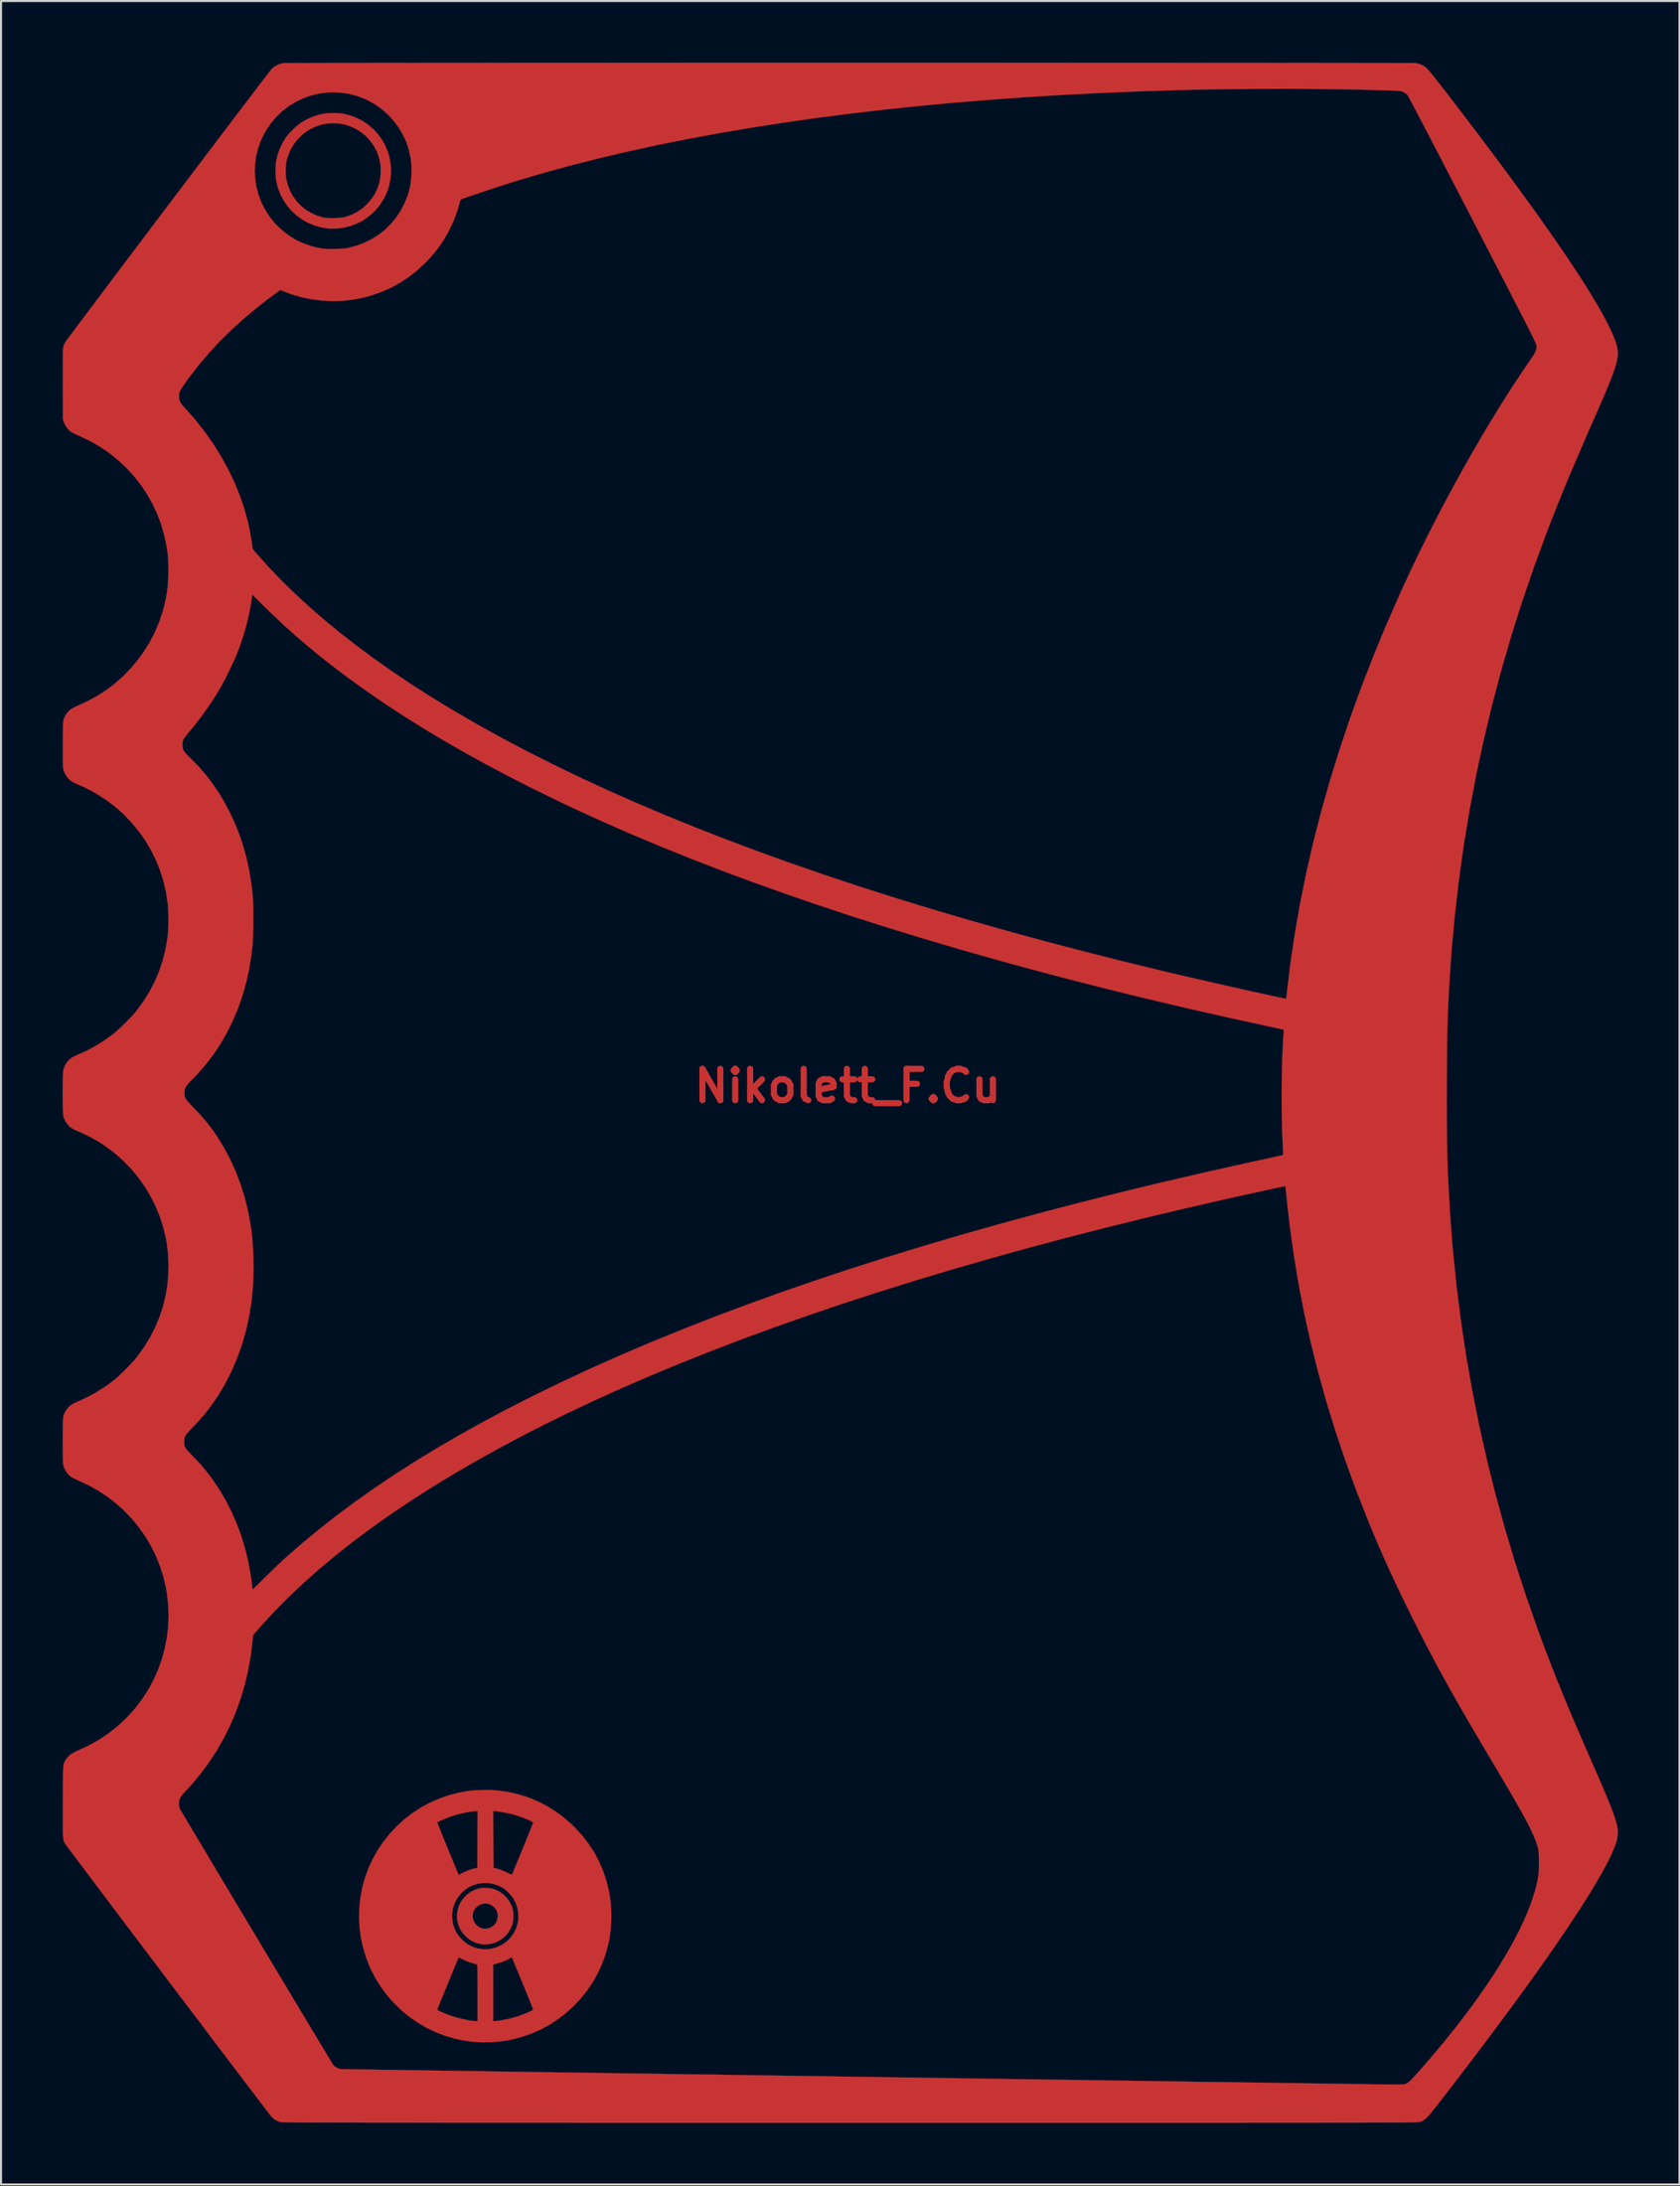
<source format=kicad_pcb>
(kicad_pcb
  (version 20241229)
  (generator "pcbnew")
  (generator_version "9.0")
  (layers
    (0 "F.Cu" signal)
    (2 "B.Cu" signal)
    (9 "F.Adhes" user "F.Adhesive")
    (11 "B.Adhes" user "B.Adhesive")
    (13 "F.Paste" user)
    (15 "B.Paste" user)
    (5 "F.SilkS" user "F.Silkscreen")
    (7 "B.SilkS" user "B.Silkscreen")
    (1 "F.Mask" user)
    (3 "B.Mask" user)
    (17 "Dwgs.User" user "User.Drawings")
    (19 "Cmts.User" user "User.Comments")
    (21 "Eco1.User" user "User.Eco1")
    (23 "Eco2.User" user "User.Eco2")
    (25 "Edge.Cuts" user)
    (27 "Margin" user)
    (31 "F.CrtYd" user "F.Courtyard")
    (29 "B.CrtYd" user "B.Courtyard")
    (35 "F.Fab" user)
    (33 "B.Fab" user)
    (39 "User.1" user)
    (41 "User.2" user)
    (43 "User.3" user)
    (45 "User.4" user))
  (footprint "Nikolett_F.Cu"
    (layer "F.Cu")
    (at 38.256 49.853)
    (property "Reference" "Nikolett_F.Cu" (at 0 0 0) (layer "F.Cu") (effects (font (size 1.524 1.524) (thickness 0.3))))
    (attr through_hole)
    (fp_poly (pts (xy -17.546 39.067) (xy -17.379 39.088) (xy -17.239 39.123) (xy -17.02 39.216) (xy -16.822 39.345) (xy -16.649 39.504) (xy -16.504 39.689) (xy -16.392 39.897) (xy -16.348 40.011) (xy -16.321 40.099) (xy -16.304 40.178) (xy -16.295 40.261) (xy -16.291 40.364) (xy -16.29 40.428) (xy -16.295 40.59) (xy -16.311 40.726) (xy -16.344 40.852) (xy -16.397 40.982) (xy -16.435 41.062) (xy -16.558 41.26) (xy -16.712 41.432) (xy -16.891 41.575) (xy -17.09 41.687) (xy -17.306 41.765) (xy -17.533 41.807) (xy -17.767 41.81) (xy -17.843 41.802) (xy -18.071 41.752) (xy -18.287 41.661) (xy -18.488 41.532) (xy -18.596 41.44) (xy -18.76 41.259) (xy -18.887 41.059) (xy -18.976 40.841) (xy -19.026 40.607) (xy -19.026 40.607) (xy -19.035 40.387) (xy -18.276 40.387) (xy -18.266 40.537) (xy -18.257 40.58) (xy -18.199 40.73) (xy -18.11 40.855) (xy -17.998 40.951) (xy -17.867 41.017) (xy -17.722 41.049) (xy -17.571 41.044) (xy -17.417 41.001) (xy -17.385 40.987) (xy -17.253 40.902) (xy -17.153 40.791) (xy -17.086 40.654) (xy -17.054 40.496) (xy -17.051 40.428) (xy -17.068 40.27) (xy -17.121 40.133) (xy -17.21 40.014) (xy -17.233 39.991) (xy -17.358 39.899) (xy -17.491 39.843) (xy -17.628 39.821) (xy -17.764 39.83) (xy -17.893 39.868) (xy -18.011 39.932) (xy -18.114 40.018) (xy -18.195 40.125) (xy -18.251 40.249) (xy -18.276 40.387) (xy -19.035 40.387) (xy -19.036 40.371) (xy -19.005 40.142) (xy -18.938 39.924) (xy -18.835 39.722) (xy -18.701 39.539) (xy -18.537 39.378) (xy -18.347 39.244) (xy -18.132 39.14) (xy -18.023 39.103) (xy -17.883 39.074) (xy -17.719 39.062) (xy -17.546 39.067)) (stroke (width 0.01) (type solid)) (fill yes) (layer "F.Cu"))
    (fp_poly (pts (xy -24.81 -47.387) (xy -24.639 -47.369) (xy -24.585 -47.361) (xy -24.253 -47.281) (xy -23.938 -47.163) (xy -23.642 -47.011) (xy -23.367 -46.827) (xy -23.117 -46.613) (xy -22.893 -46.371) (xy -22.699 -46.105) (xy -22.536 -45.817) (xy -22.408 -45.509) (xy -22.317 -45.183) (xy -22.31 -45.152) (xy -22.262 -44.813) (xy -22.255 -44.476) (xy -22.287 -44.145) (xy -22.357 -43.822) (xy -22.465 -43.512) (xy -22.607 -43.216) (xy -22.784 -42.938) (xy -22.993 -42.681) (xy -23.233 -42.448) (xy -23.503 -42.243) (xy -23.675 -42.136) (xy -23.949 -42) (xy -24.243 -41.893) (xy -24.549 -41.817) (xy -24.859 -41.774) (xy -25.163 -41.765) (xy -25.337 -41.777) (xy -25.677 -41.833) (xy -26.003 -41.928) (xy -26.311 -42.058) (xy -26.599 -42.222) (xy -26.864 -42.417) (xy -27.104 -42.64) (xy -27.317 -42.891) (xy -27.501 -43.165) (xy -27.652 -43.462) (xy -27.768 -43.778) (xy -27.845 -44.101) (xy -27.866 -44.261) (xy -27.877 -44.447) (xy -27.879 -44.628) (xy -27.386 -44.628) (xy -27.384 -44.444) (xy -27.371 -44.275) (xy -27.361 -44.205) (xy -27.287 -43.899) (xy -27.176 -43.611) (xy -27.03 -43.344) (xy -26.853 -43.1) (xy -26.646 -42.881) (xy -26.412 -42.691) (xy -26.153 -42.531) (xy -25.872 -42.405) (xy -25.572 -42.314) (xy -25.514 -42.302) (xy -25.404 -42.286) (xy -25.265 -42.278) (xy -25.108 -42.275) (xy -24.943 -42.279) (xy -24.782 -42.289) (xy -24.637 -42.303) (xy -24.519 -42.323) (xy -24.486 -42.331) (xy -24.188 -42.435) (xy -23.91 -42.573) (xy -23.654 -42.746) (xy -23.425 -42.948) (xy -23.223 -43.179) (xy -23.052 -43.434) (xy -22.915 -43.712) (xy -22.816 -44.001) (xy -22.792 -44.117) (xy -22.774 -44.262) (xy -22.762 -44.424) (xy -22.756 -44.592) (xy -22.758 -44.752) (xy -22.767 -44.893) (xy -22.775 -44.954) (xy -22.844 -45.254) (xy -22.95 -45.537) (xy -23.091 -45.802) (xy -23.264 -46.044) (xy -23.466 -46.263) (xy -23.695 -46.454) (xy -23.948 -46.616) (xy -24.223 -46.745) (xy -24.516 -46.84) (xy -24.689 -46.877) (xy -24.845 -46.895) (xy -25.024 -46.902) (xy -25.211 -46.898) (xy -25.392 -46.884) (xy -25.553 -46.859) (xy -25.619 -46.844) (xy -25.921 -46.743) (xy -26.203 -46.606) (xy -26.461 -46.437) (xy -26.694 -46.236) (xy -26.898 -46.007) (xy -27.072 -45.751) (xy -27.213 -45.472) (xy -27.318 -45.172) (xy -27.328 -45.134) (xy -27.358 -44.988) (xy -27.377 -44.815) (xy -27.386 -44.628) (xy -27.879 -44.628) (xy -27.879 -44.644) (xy -27.871 -44.837) (xy -27.854 -45.01) (xy -27.845 -45.064) (xy -27.772 -45.374) (xy -27.661 -45.68) (xy -27.518 -45.973) (xy -27.354 -46.232) (xy -27.257 -46.354) (xy -27.134 -46.489) (xy -26.997 -46.625) (xy -26.856 -46.754) (xy -26.721 -46.864) (xy -26.639 -46.923) (xy -26.359 -47.087) (xy -26.057 -47.22) (xy -25.745 -47.319) (xy -25.548 -47.361) (xy -25.386 -47.382) (xy -25.198 -47.393) (xy -25.001 -47.394) (xy -24.81 -47.387)) (stroke (width 0.01) (type solid)) (fill yes) (layer "F.Cu"))
    (fp_poly (pts (xy -17.291 34.298) (xy -17.113 34.309) (xy -17.11 34.31) (xy -16.6 34.378) (xy -16.103 34.487) (xy -15.621 34.634) (xy -15.155 34.821) (xy -14.707 35.045) (xy -14.277 35.307) (xy -13.868 35.605) (xy -13.48 35.94) (xy -13.28 36.135) (xy -12.931 36.519) (xy -12.621 36.921) (xy -12.348 37.341) (xy -12.114 37.78) (xy -11.917 38.239) (xy -11.757 38.717) (xy -11.635 39.215) (xy -11.611 39.338) (xy -11.55 39.762) (xy -11.519 40.203) (xy -11.519 40.651) (xy -11.549 41.095) (xy -11.608 41.527) (xy -11.673 41.842) (xy -11.814 42.338) (xy -11.993 42.815) (xy -12.208 43.274) (xy -12.46 43.711) (xy -12.746 44.126) (xy -13.067 44.516) (xy -13.42 44.881) (xy -13.805 45.219) (xy -14.076 45.426) (xy -14.494 45.703) (xy -14.932 45.944) (xy -15.388 46.147) (xy -15.859 46.313) (xy -16.341 46.441) (xy -16.833 46.529) (xy -17.331 46.577) (xy -17.833 46.584) (xy -18.193 46.564) (xy -18.689 46.5) (xy -19.175 46.396) (xy -19.648 46.254) (xy -20.107 46.075) (xy -20.548 45.86) (xy -20.971 45.611) (xy -21.373 45.33) (xy -21.751 45.018) (xy -21.772 44.997) (xy -20.003 44.997) (xy -19.984 45.013) (xy -19.932 45.041) (xy -19.855 45.078) (xy -19.758 45.121) (xy -19.649 45.168) (xy -19.534 45.214) (xy -19.42 45.258) (xy -19.317 45.295) (xy -19.135 45.353) (xy -18.939 45.407) (xy -18.74 45.455) (xy -18.547 45.496) (xy -18.369 45.526) (xy -18.216 45.544) (xy -18.135 45.549) (xy -18.034 45.551) (xy -18.034 44.174) (xy -18.034 43.887) (xy -18.035 43.64) (xy -18.036 43.431) (xy -18.037 43.256) (xy -18.039 43.113) (xy -18.041 43) (xy -18.044 42.914) (xy -18.048 42.852) (xy -18.052 42.813) (xy -18.057 42.793) (xy -18.06 42.789) (xy -18.071 42.786) (xy -17.272 42.786) (xy -17.272 45.551) (xy -17.206 45.551) (xy -17.157 45.548) (xy -17.079 45.539) (xy -16.984 45.527) (xy -16.915 45.517) (xy -16.461 45.429) (xy -16.015 45.3) (xy -15.578 45.129) (xy -15.563 45.122) (xy -15.462 45.076) (xy -15.393 45.042) (xy -15.352 45.017) (xy -15.333 44.996) (xy -15.329 44.976) (xy -15.33 44.97) (xy -15.34 44.943) (xy -15.364 44.88) (xy -15.4 44.788) (xy -15.448 44.668) (xy -15.505 44.527) (xy -15.57 44.366) (xy -15.641 44.192) (xy -15.716 44.007) (xy -15.794 43.816) (xy -15.874 43.623) (xy -15.952 43.431) (xy -16.028 43.246) (xy -16.101 43.071) (xy -16.168 42.909) (xy -16.227 42.766) (xy -16.278 42.645) (xy -16.318 42.55) (xy -16.346 42.485) (xy -16.36 42.455) (xy -16.361 42.454) (xy -16.386 42.454) (xy -16.435 42.475) (xy -16.485 42.503) (xy -16.605 42.567) (xy -16.751 42.632) (xy -16.908 42.69) (xy -17.061 42.737) (xy -17.108 42.748) (xy -17.272 42.786) (xy -18.071 42.786) (xy -18.091 42.781) (xy -18.153 42.764) (xy -18.234 42.741) (xy -18.288 42.727) (xy -18.393 42.693) (xy -18.518 42.647) (xy -18.643 42.593) (xy -18.721 42.557) (xy -18.81 42.513) (xy -18.885 42.478) (xy -18.937 42.455) (xy -18.959 42.447) (xy -18.959 42.447) (xy -18.969 42.468) (xy -18.993 42.524) (xy -19.029 42.611) (xy -19.076 42.725) (xy -19.133 42.863) (xy -19.198 43.02) (xy -19.269 43.192) (xy -19.344 43.375) (xy -19.422 43.566) (xy -19.501 43.76) (xy -19.58 43.952) (xy -19.657 44.141) (xy -19.73 44.32) (xy -19.798 44.487) (xy -19.859 44.637) (xy -19.911 44.766) (xy -19.953 44.87) (xy -19.983 44.946) (xy -20 44.989) (xy -20.003 44.997) (xy -21.772 44.997) (xy -22.105 44.676) (xy -22.431 44.306) (xy -22.728 43.91) (xy -22.993 43.488) (xy -23.225 43.044) (xy -23.284 42.915) (xy -23.469 42.445) (xy -23.614 41.967) (xy -23.719 41.481) (xy -23.784 40.992) (xy -23.808 40.527) (xy -19.275 40.527) (xy -19.24 40.779) (xy -19.165 41.027) (xy -19.086 41.201) (xy -18.997 41.342) (xy -18.88 41.488) (xy -18.744 41.627) (xy -18.601 41.748) (xy -18.462 41.841) (xy -18.457 41.844) (xy -18.218 41.954) (xy -17.971 42.024) (xy -17.721 42.054) (xy -17.47 42.044) (xy -17.374 42.028) (xy -17.117 41.958) (xy -16.878 41.851) (xy -16.781 41.793) (xy -16.576 41.636) (xy -16.403 41.455) (xy -16.263 41.252) (xy -16.156 41.034) (xy -16.084 40.802) (xy -16.048 40.561) (xy -16.049 40.316) (xy -16.087 40.07) (xy -16.163 39.826) (xy -16.278 39.59) (xy -16.28 39.587) (xy -16.344 39.496) (xy -16.432 39.391) (xy -16.536 39.284) (xy -16.643 39.183) (xy -16.745 39.1) (xy -16.811 39.056) (xy -17.048 38.939) (xy -17.291 38.862) (xy -17.538 38.824) (xy -17.783 38.823) (xy -18.024 38.859) (xy -18.256 38.93) (xy -18.475 39.037) (xy -18.677 39.177) (xy -18.859 39.35) (xy -19.017 39.556) (xy -19.018 39.559) (xy -19.142 39.787) (xy -19.226 40.027) (xy -19.27 40.275) (xy -19.275 40.527) (xy -23.808 40.527) (xy -23.809 40.5) (xy -23.795 40.01) (xy -23.742 39.523) (xy -23.65 39.041) (xy -23.519 38.568) (xy -23.35 38.104) (xy -23.143 37.654) (xy -22.898 37.219) (xy -22.651 36.851) (xy -22.332 36.446) (xy -21.985 36.072) (xy -21.761 35.867) (xy -19.999 35.867) (xy -19.992 35.887) (xy -19.971 35.944) (xy -19.937 36.033) (xy -19.89 36.151) (xy -19.832 36.296) (xy -19.765 36.463) (xy -19.69 36.65) (xy -19.607 36.853) (xy -19.519 37.069) (xy -19.483 37.156) (xy -18.959 38.436) (xy -18.806 38.352) (xy -18.708 38.303) (xy -18.593 38.251) (xy -18.485 38.207) (xy -18.476 38.204) (xy -18.376 38.17) (xy -18.272 38.139) (xy -18.185 38.116) (xy -18.172 38.113) (xy -18.045 38.088) (xy -18.034 35.307) (xy -17.272 35.307) (xy -17.267 36.695) (xy -17.261 38.083) (xy -17.06 38.134) (xy -16.906 38.182) (xy -16.735 38.251) (xy -16.616 38.307) (xy -16.524 38.352) (xy -16.446 38.388) (xy -16.389 38.411) (xy -16.361 38.419) (xy -16.36 38.418) (xy -16.35 38.397) (xy -16.325 38.34) (xy -16.287 38.251) (xy -16.238 38.132) (xy -16.178 37.987) (xy -16.109 37.82) (xy -16.032 37.634) (xy -15.949 37.431) (xy -15.86 37.216) (xy -15.836 37.157) (xy -15.747 36.939) (xy -15.663 36.732) (xy -15.585 36.54) (xy -15.515 36.366) (xy -15.453 36.213) (xy -15.403 36.085) (xy -15.363 35.986) (xy -15.337 35.917) (xy -15.325 35.884) (xy -15.325 35.882) (xy -15.344 35.859) (xy -15.397 35.826) (xy -15.48 35.785) (xy -15.584 35.738) (xy -15.706 35.687) (xy -15.839 35.635) (xy -15.977 35.585) (xy -16.114 35.539) (xy -16.244 35.499) (xy -16.29 35.486) (xy -16.464 35.443) (xy -16.664 35.4) (xy -16.875 35.362) (xy -17.079 35.33) (xy -17.172 35.319) (xy -17.272 35.307) (xy -18.034 35.307) (xy -18.034 35.303) (xy -18.134 35.316) (xy -18.404 35.354) (xy -18.642 35.396) (xy -18.86 35.442) (xy -19.067 35.496) (xy -19.274 35.561) (xy -19.366 35.592) (xy -19.451 35.623) (xy -19.55 35.662) (xy -19.656 35.706) (xy -19.76 35.751) (xy -19.855 35.793) (xy -19.932 35.829) (xy -19.983 35.856) (xy -19.999 35.867) (xy -21.761 35.867) (xy -21.612 35.731) (xy -21.215 35.423) (xy -20.795 35.149) (xy -20.353 34.91) (xy -19.893 34.708) (xy -19.414 34.543) (xy -18.92 34.417) (xy -18.559 34.351) (xy -18.383 34.329) (xy -18.178 34.312) (xy -17.954 34.3) (xy -17.723 34.294) (xy -17.498 34.293) (xy -17.291 34.298)) (stroke (width 0.01) (type solid)) (fill yes) (layer "F.Cu"))
    (fp_poly (pts (xy 1.03 -49.848) (xy 1.967 -49.848) (xy 2.902 -49.848) (xy 3.834 -49.848) (xy 4.762 -49.848) (xy 5.686 -49.848) (xy 6.603 -49.848) (xy 7.514 -49.847) (xy 8.417 -49.847) (xy 9.312 -49.847) (xy 10.197 -49.847) (xy 11.071 -49.846) (xy 11.934 -49.846) (xy 12.784 -49.846) (xy 13.621 -49.845) (xy 14.443 -49.845) (xy 15.25 -49.845) (xy 16.041 -49.844) (xy 16.814 -49.844) (xy 17.569 -49.843) (xy 18.305 -49.843) (xy 19.021 -49.842) (xy 19.715 -49.842) (xy 20.388 -49.841) (xy 21.037 -49.841) (xy 21.662 -49.84) (xy 22.262 -49.839) (xy 22.837 -49.839) (xy 23.384 -49.838) (xy 23.903 -49.837) (xy 24.394 -49.837) (xy 24.854 -49.836) (xy 25.284 -49.835) (xy 25.683 -49.834) (xy 26.048 -49.834) (xy 26.38 -49.833) (xy 26.677 -49.832) (xy 26.939 -49.831) (xy 27.164 -49.83) (xy 27.351 -49.829) (xy 27.5 -49.828) (xy 27.61 -49.827) (xy 27.679 -49.826) (xy 27.707 -49.825) (xy 27.707 -49.825) (xy 27.886 -49.778) (xy 28.057 -49.698) (xy 28.204 -49.591) (xy 28.217 -49.579) (xy 28.258 -49.536) (xy 28.323 -49.461) (xy 28.41 -49.355) (xy 28.518 -49.222) (xy 28.645 -49.062) (xy 28.79 -48.878) (xy 28.952 -48.671) (xy 29.129 -48.444) (xy 29.319 -48.198) (xy 29.522 -47.935) (xy 29.735 -47.658) (xy 29.957 -47.368) (xy 30.186 -47.066) (xy 30.422 -46.756) (xy 30.663 -46.438) (xy 30.906 -46.115) (xy 31.152 -45.789) (xy 31.398 -45.461) (xy 31.489 -45.339) (xy 32.062 -44.569) (xy 32.607 -43.829) (xy 33.123 -43.119) (xy 33.611 -42.441) (xy 34.071 -41.793) (xy 34.502 -41.175) (xy 34.904 -40.589) (xy 35.278 -40.033) (xy 35.624 -39.508) (xy 35.94 -39.014) (xy 36.229 -38.55) (xy 36.489 -38.118) (xy 36.72 -37.716) (xy 36.922 -37.345) (xy 37.096 -37.006) (xy 37.242 -36.697) (xy 37.358 -36.419) (xy 37.428 -36.227) (xy 37.48 -36.052) (xy 37.514 -35.89) (xy 37.528 -35.731) (xy 37.523 -35.569) (xy 37.497 -35.395) (xy 37.452 -35.202) (xy 37.385 -34.982) (xy 37.367 -34.928) (xy 37.33 -34.817) (xy 37.29 -34.703) (xy 37.246 -34.584) (xy 37.197 -34.457) (xy 37.143 -34.318) (xy 37.081 -34.166) (xy 37.011 -33.996) (xy 36.932 -33.807) (xy 36.842 -33.595) (xy 36.74 -33.358) (xy 36.624 -33.092) (xy 36.495 -32.795) (xy 36.35 -32.463) (xy 36.264 -32.269) (xy 36.022 -31.715) (xy 35.796 -31.195) (xy 35.585 -30.706) (xy 35.387 -30.244) (xy 35.2 -29.804) (xy 35.024 -29.384) (xy 34.857 -28.978) (xy 34.696 -28.583) (xy 34.54 -28.195) (xy 34.388 -27.811) (xy 34.238 -27.426) (xy 34.088 -27.037) (xy 34.057 -26.956) (xy 33.441 -25.283) (xy 32.867 -23.607) (xy 32.335 -21.928) (xy 31.846 -20.244) (xy 31.398 -18.555) (xy 30.991 -16.86) (xy 30.626 -15.16) (xy 30.303 -13.453) (xy 30.021 -11.74) (xy 29.781 -10.019) (xy 29.581 -8.289) (xy 29.422 -6.552) (xy 29.305 -4.805) (xy 29.274 -4.202) (xy 29.263 -3.971) (xy 29.253 -3.754) (xy 29.245 -3.547) (xy 29.237 -3.346) (xy 29.231 -3.148) (xy 29.225 -2.947) (xy 29.22 -2.74) (xy 29.215 -2.523) (xy 29.211 -2.292) (xy 29.208 -2.043) (xy 29.205 -1.772) (xy 29.202 -1.475) (xy 29.2 -1.147) (xy 29.198 -0.786) (xy 29.195 -0.386) (xy 29.195 -0.37) (xy 29.193 0.23) (xy 29.192 0.791) (xy 29.193 1.316) (xy 29.195 1.808) (xy 29.199 2.27) (xy 29.205 2.705) (xy 29.212 3.117) (xy 29.221 3.507) (xy 29.232 3.88) (xy 29.245 4.239) (xy 29.253 4.434) (xy 29.349 6.194) (xy 29.484 7.94) (xy 29.66 9.673) (xy 29.875 11.395) (xy 30.131 13.107) (xy 30.427 14.81) (xy 30.764 16.504) (xy 31.142 18.19) (xy 31.561 19.871) (xy 32.022 21.546) (xy 32.524 23.218) (xy 33.068 24.886) (xy 33.654 26.552) (xy 33.913 27.252) (xy 34.04 27.59) (xy 34.167 27.922) (xy 34.295 28.251) (xy 34.424 28.58) (xy 34.556 28.913) (xy 34.693 29.252) (xy 34.835 29.6) (xy 34.984 29.96) (xy 35.141 30.336) (xy 35.307 30.73) (xy 35.484 31.145) (xy 35.673 31.584) (xy 35.875 32.051) (xy 36.091 32.548) (xy 36.323 33.078) (xy 36.502 33.486) (xy 36.661 33.851) (xy 36.804 34.182) (xy 36.93 34.479) (xy 37.041 34.746) (xy 37.138 34.985) (xy 37.222 35.199) (xy 37.294 35.391) (xy 37.354 35.563) (xy 37.405 35.717) (xy 37.447 35.858) (xy 37.469 35.941) (xy 37.497 36.056) (xy 37.515 36.146) (xy 37.524 36.228) (xy 37.526 36.318) (xy 37.523 36.417) (xy 37.517 36.526) (xy 37.508 36.615) (xy 37.491 36.7) (xy 37.464 36.795) (xy 37.428 36.904) (xy 37.338 37.146) (xy 37.219 37.419) (xy 37.073 37.723) (xy 36.9 38.056) (xy 36.699 38.42) (xy 36.471 38.813) (xy 36.217 39.235) (xy 35.937 39.685) (xy 35.631 40.163) (xy 35.299 40.669) (xy 34.942 41.202) (xy 34.56 41.762) (xy 34.154 42.348) (xy 33.723 42.959) (xy 33.267 43.597) (xy 32.788 44.259) (xy 32.286 44.945) (xy 31.76 45.656) (xy 31.211 46.391) (xy 30.64 47.148) (xy 30.046 47.929) (xy 29.431 48.731) (xy 28.854 49.477) (xy 28.701 49.674) (xy 28.57 49.841) (xy 28.458 49.98) (xy 28.363 50.094) (xy 28.281 50.186) (xy 28.21 50.259) (xy 28.146 50.317) (xy 28.086 50.361) (xy 28.027 50.396) (xy 27.967 50.424) (xy 27.901 50.448) (xy 27.853 50.464) (xy 27.846 50.466) (xy 27.838 50.467) (xy 27.828 50.469) (xy 27.814 50.471) (xy 27.798 50.473) (xy 27.777 50.474) (xy 27.751 50.476) (xy 27.72 50.477) (xy 27.682 50.479) (xy 27.638 50.48) (xy 27.586 50.481) (xy 27.525 50.483) (xy 27.456 50.484) (xy 27.377 50.485) (xy 27.288 50.486) (xy 27.188 50.487) (xy 27.076 50.488) (xy 26.951 50.489) (xy 26.814 50.49) (xy 26.663 50.491) (xy 26.498 50.492) (xy 26.317 50.493) (xy 26.121 50.494) (xy 25.908 50.494) (xy 25.679 50.495) (xy 25.431 50.496) (xy 25.165 50.496) (xy 24.88 50.497) (xy 24.575 50.497) (xy 24.25 50.498) (xy 23.903 50.498) (xy 23.534 50.499) (xy 23.143 50.499) (xy 22.729 50.5) (xy 22.291 50.5) (xy 21.828 50.5) (xy 21.34 50.501) (xy 20.826 50.501) (xy 20.286 50.501) (xy 19.718 50.501) (xy 19.122 50.502) (xy 18.498 50.502) (xy 17.844 50.502) (xy 17.16 50.502) (xy 16.446 50.502) (xy 15.7 50.502) (xy 14.922 50.503) (xy 14.112 50.503) (xy 13.268 50.503) (xy 12.39 50.503) (xy 11.477 50.503) (xy 10.529 50.503) (xy 9.544 50.503) (xy 8.523 50.503) (xy 7.464 50.503) (xy 6.368 50.503) (xy 5.232 50.503) (xy 4.057 50.503) (xy 2.841 50.503) (xy 1.585 50.503) (xy 0.287 50.503) (xy 0.088 50.503) (xy -1.217 50.502) (xy -2.48 50.502) (xy -3.702 50.502) (xy -4.883 50.502) (xy -6.025 50.502) (xy -7.128 50.502) (xy -8.193 50.502) (xy -9.221 50.502) (xy -10.211 50.502) (xy -11.165 50.502) (xy -12.084 50.502) (xy -12.967 50.502) (xy -13.817 50.501) (xy -14.633 50.501) (xy -15.416 50.501) (xy -16.167 50.501) (xy -16.887 50.501) (xy -17.575 50.501) (xy -18.234 50.5) (xy -18.863 50.5) (xy -19.464 50.5) (xy -20.036 50.499) (xy -20.581 50.499) (xy -21.099 50.499) (xy -21.591 50.498) (xy -22.058 50.498) (xy -22.5 50.498) (xy -22.918 50.497) (xy -23.312 50.497) (xy -23.684 50.496) (xy -24.034 50.496) (xy -24.363 50.495) (xy -24.671 50.495) (xy -24.959 50.494) (xy -25.228 50.493) (xy -25.478 50.493) (xy -25.71 50.492) (xy -25.925 50.491) (xy -26.124 50.49) (xy -26.306 50.49) (xy -26.474 50.489) (xy -26.627 50.488) (xy -26.766 50.487) (xy -26.891 50.486) (xy -27.005 50.485) (xy -27.106 50.484) (xy -27.197 50.483) (xy -27.277 50.482) (xy -27.347 50.48) (xy -27.408 50.479) (xy -27.46 50.478) (xy -27.505 50.476) (xy -27.543 50.475) (xy -27.575 50.473) (xy -27.6 50.472) (xy -27.621 50.47) (xy -27.637 50.469) (xy -27.65 50.467) (xy -27.659 50.465) (xy -27.667 50.464) (xy -27.669 50.463) (xy -27.839 50.392) (xy -27.984 50.294) (xy -28.07 50.214) (xy -28.091 50.19) (xy -28.135 50.133) (xy -28.203 50.045) (xy -28.293 49.928) (xy -28.404 49.782) (xy -28.536 49.61) (xy -28.686 49.413) (xy -28.854 49.192) (xy -29.04 48.948) (xy -29.241 48.684) (xy -29.456 48.4) (xy -29.686 48.097) (xy -29.928 47.778) (xy -30.182 47.443) (xy -30.447 47.094) (xy -30.721 46.732) (xy -31.003 46.36) (xy -31.293 45.977) (xy -31.588 45.586) (xy -31.89 45.188) (xy -32.195 44.785) (xy -32.504 44.377) (xy -32.814 43.966) (xy -33.126 43.554) (xy -33.437 43.142) (xy -33.748 42.731) (xy -34.056 42.323) (xy -34.361 41.92) (xy -34.661 41.522) (xy -34.957 41.131) (xy -35.246 40.748) (xy -35.527 40.375) (xy -35.8 40.013) (xy -36.063 39.665) (xy -36.315 39.33) (xy -36.556 39.01) (xy -36.784 38.707) (xy -36.998 38.423) (xy -37.198 38.158) (xy -37.381 37.914) (xy -37.547 37.693) (xy -37.695 37.495) (xy -37.824 37.323) (xy -37.933 37.178) (xy -38.02 37.06) (xy -38.085 36.972) (xy -38.127 36.915) (xy -38.144 36.89) (xy -38.144 36.889) (xy -38.163 36.853) (xy -38.179 36.817) (xy -38.193 36.779) (xy -38.205 36.737) (xy -38.215 36.687) (xy -38.223 36.626) (xy -38.23 36.552) (xy -38.235 36.461) (xy -38.239 36.351) (xy -38.242 36.219) (xy -38.244 36.062) (xy -38.245 35.877) (xy -38.245 35.66) (xy -38.245 35.41) (xy -38.244 35.123) (xy -38.244 34.957) (xy -32.585 34.957) (xy -32.583 35.052) (xy -32.573 35.121) (xy -32.554 35.181) (xy -32.529 35.232) (xy -32.508 35.267) (xy -32.468 35.337) (xy -32.408 35.439) (xy -32.329 35.572) (xy -32.233 35.734) (xy -32.12 35.924) (xy -31.991 36.14) (xy -31.848 36.38) (xy -31.691 36.644) (xy -31.521 36.928) (xy -31.339 37.232) (xy -31.147 37.554) (xy -30.945 37.892) (xy -30.734 38.246) (xy -30.515 38.612) (xy -30.289 38.99) (xy -30.057 39.377) (xy -29.82 39.773) (xy -29.579 40.176) (xy -29.335 40.583) (xy -29.089 40.995) (xy -28.841 41.407) (xy -28.594 41.821) (xy -28.347 42.232) (xy -28.102 42.641) (xy -27.86 43.045) (xy -27.621 43.443) (xy -27.387 43.833) (xy -27.159 44.213) (xy -26.938 44.582) (xy -26.724 44.939) (xy -26.518 45.281) (xy -26.322 45.608) (xy -26.137 45.916) (xy -25.962 46.206) (xy -25.801 46.475) (xy -25.653 46.721) (xy -25.519 46.943) (xy -25.4 47.14) (xy -25.298 47.309) (xy -25.212 47.45) (xy -25.146 47.56) (xy -25.098 47.638) (xy -25.07 47.682) (xy -25.064 47.692) (xy -25.008 47.745) (xy -24.932 47.799) (xy -24.876 47.83) (xy -24.836 47.849) (xy -24.801 47.864) (xy -24.762 47.874) (xy -24.715 47.882) (xy -24.653 47.887) (xy -24.57 47.891) (xy -24.459 47.894) (xy -24.313 47.896) (xy -24.268 47.897) (xy -23.587 47.907) (xy -22.884 47.918) (xy -22.16 47.928) (xy -21.414 47.94) (xy -20.648 47.951) (xy -19.864 47.963) (xy -19.061 47.975) (xy -18.241 47.987) (xy -17.405 47.999) (xy -16.554 48.012) (xy -15.688 48.025) (xy -14.81 48.038) (xy -13.919 48.051) (xy -13.016 48.064) (xy -12.103 48.078) (xy -11.181 48.092) (xy -10.25 48.105) (xy -9.311 48.119) (xy -8.366 48.133) (xy -7.415 48.147) (xy -6.459 48.161) (xy -5.5 48.175) (xy -4.537 48.19) (xy -3.573 48.204) (xy -2.608 48.218) (xy -1.642 48.232) (xy -0.678 48.246) (xy 0.284 48.26) (xy 1.244 48.275) (xy 2.199 48.289) (xy 3.15 48.302) (xy 4.096 48.316) (xy 5.034 48.33) (xy 5.965 48.344) (xy 6.888 48.357) (xy 7.801 48.371) (xy 8.703 48.384) (xy 9.594 48.397) (xy 10.473 48.41) (xy 11.339 48.422) (xy 12.19 48.435) (xy 13.026 48.447) (xy 13.845 48.459) (xy 14.648 48.47) (xy 15.433 48.482) (xy 16.198 48.493) (xy 16.944 48.504) (xy 17.669 48.514) (xy 18.372 48.524) (xy 19.052 48.534) (xy 19.708 48.544) (xy 20.34 48.553) (xy 20.946 48.562) (xy 21.525 48.57) (xy 22.077 48.578) (xy 22.6 48.585) (xy 23.094 48.593) (xy 23.558 48.599) (xy 23.99 48.605) (xy 24.389 48.611) (xy 24.756 48.616) (xy 25.088 48.621) (xy 25.385 48.625) (xy 25.646 48.629) (xy 25.87 48.632) (xy 26.056 48.634) (xy 26.203 48.636) (xy 26.31 48.637) (xy 26.376 48.638) (xy 26.395 48.638) (xy 26.59 48.639) (xy 26.747 48.639) (xy 26.872 48.638) (xy 26.969 48.637) (xy 27.042 48.634) (xy 27.097 48.63) (xy 27.139 48.624) (xy 27.171 48.616) (xy 27.199 48.605) (xy 27.228 48.592) (xy 27.231 48.591) (xy 27.273 48.568) (xy 27.319 48.536) (xy 27.373 48.492) (xy 27.436 48.434) (xy 27.511 48.358) (xy 27.602 48.263) (xy 27.709 48.145) (xy 27.837 48.002) (xy 27.988 47.831) (xy 28.112 47.688) (xy 28.663 47.046) (xy 29.189 46.409) (xy 29.69 45.781) (xy 30.165 45.161) (xy 30.613 44.552) (xy 31.035 43.954) (xy 31.428 43.368) (xy 31.792 42.796) (xy 32.127 42.239) (xy 32.431 41.698) (xy 32.705 41.174) (xy 32.946 40.669) (xy 33.155 40.183) (xy 33.331 39.717) (xy 33.473 39.274) (xy 33.536 39.042) (xy 33.584 38.845) (xy 33.621 38.676) (xy 33.648 38.524) (xy 33.666 38.376) (xy 33.678 38.221) (xy 33.684 38.048) (xy 33.686 37.846) (xy 33.686 37.825) (xy 33.685 37.625) (xy 33.679 37.458) (xy 33.669 37.316) (xy 33.652 37.189) (xy 33.627 37.07) (xy 33.592 36.949) (xy 33.545 36.817) (xy 33.494 36.685) (xy 33.444 36.564) (xy 33.39 36.439) (xy 33.33 36.308) (xy 33.264 36.168) (xy 33.189 36.018) (xy 33.106 35.856) (xy 33.012 35.679) (xy 32.907 35.486) (xy 32.789 35.274) (xy 32.657 35.042) (xy 32.511 34.786) (xy 32.349 34.506) (xy 32.169 34.199) (xy 31.972 33.863) (xy 31.754 33.496) (xy 31.517 33.095) (xy 31.422 32.935) (xy 31.085 32.368) (xy 30.769 31.834) (xy 30.472 31.328) (xy 30.193 30.85) (xy 29.93 30.394) (xy 29.68 29.959) (xy 29.443 29.54) (xy 29.217 29.135) (xy 28.999 28.741) (xy 28.788 28.355) (xy 28.583 27.972) (xy 28.381 27.592) (xy 28.181 27.209) (xy 27.981 26.821) (xy 27.78 26.425) (xy 27.575 26.018) (xy 27.53 25.929) (xy 27.219 25.3) (xy 26.927 24.699) (xy 26.652 24.121) (xy 26.391 23.558) (xy 26.141 23.005) (xy 25.9 22.454) (xy 25.663 21.9) (xy 25.428 21.335) (xy 25.303 21.027) (xy 24.745 19.599) (xy 24.229 18.176) (xy 23.754 16.758) (xy 23.319 15.342) (xy 22.924 13.927) (xy 22.57 12.512) (xy 22.255 11.096) (xy 21.979 9.676) (xy 21.743 8.251) (xy 21.544 6.821) (xy 21.399 5.535) (xy 21.383 5.374) (xy 21.367 5.226) (xy 21.354 5.098) (xy 21.343 4.994) (xy 21.334 4.92) (xy 21.329 4.88) (xy 21.328 4.875) (xy 21.307 4.878) (xy 21.249 4.89) (xy 21.158 4.908) (xy 21.039 4.933) (xy 20.895 4.964) (xy 20.732 4.998) (xy 20.552 5.037) (xy 20.446 5.06) (xy 18.379 5.516) (xy 16.348 5.982) (xy 14.353 6.458) (xy 12.394 6.944) (xy 10.473 7.439) (xy 8.588 7.944) (xy 6.741 8.458) (xy 4.932 8.982) (xy 3.161 9.515) (xy 1.428 10.058) (xy -0.266 10.609) (xy -1.92 11.169) (xy -3.535 11.739) (xy -5.11 12.316) (xy -6.645 12.903) (xy -8.14 13.498) (xy -9.593 14.102) (xy -10.975 14.7) (xy -12.272 15.286) (xy -13.533 15.879) (xy -14.757 16.478) (xy -15.944 17.085) (xy -17.093 17.699) (xy -18.205 18.319) (xy -19.279 18.945) (xy -20.314 19.577) (xy -21.31 20.215) (xy -22.268 20.858) (xy -23.186 21.507) (xy -24.064 22.161) (xy -24.902 22.82) (xy -25.7 23.484) (xy -26.457 24.152) (xy -27.173 24.824) (xy -27.848 25.501) (xy -28.481 26.181) (xy -28.791 26.534) (xy -28.976 26.748) (xy -28.998 26.989) (xy -29.085 27.721) (xy -29.211 28.438) (xy -29.375 29.14) (xy -29.576 29.825) (xy -29.815 30.492) (xy -30.091 31.14) (xy -30.403 31.769) (xy -30.751 32.376) (xy -31.134 32.962) (xy -31.553 33.525) (xy -32.005 34.064) (xy -32.219 34.297) (xy -32.335 34.422) (xy -32.423 34.524) (xy -32.489 34.609) (xy -32.534 34.683) (xy -32.563 34.753) (xy -32.578 34.825) (xy -32.585 34.906) (xy -32.585 34.957) (xy -38.244 34.957) (xy -38.243 34.834) (xy -38.242 34.517) (xy -38.241 34.239) (xy -38.24 33.998) (xy -38.239 33.79) (xy -38.236 33.612) (xy -38.233 33.462) (xy -38.229 33.337) (xy -38.224 33.233) (xy -38.217 33.148) (xy -38.208 33.078) (xy -38.197 33.022) (xy -38.183 32.975) (xy -38.167 32.935) (xy -38.149 32.899) (xy -38.127 32.863) (xy -38.102 32.826) (xy -38.075 32.787) (xy -38.01 32.698) (xy -37.937 32.622) (xy -37.849 32.552) (xy -37.741 32.485) (xy -37.606 32.415) (xy -37.438 32.34) (xy -37.424 32.334) (xy -36.927 32.099) (xy -36.452 31.829) (xy -36 31.523) (xy -35.572 31.183) (xy -35.17 30.811) (xy -34.796 30.407) (xy -34.675 30.262) (xy -34.351 29.83) (xy -34.062 29.377) (xy -33.81 28.906) (xy -33.594 28.417) (xy -33.416 27.915) (xy -33.276 27.401) (xy -33.175 26.877) (xy -33.113 26.347) (xy -33.09 25.812) (xy -33.109 25.275) (xy -33.168 24.739) (xy -33.221 24.432) (xy -33.345 23.901) (xy -33.509 23.386) (xy -33.709 22.888) (xy -33.946 22.409) (xy -34.217 21.951) (xy -34.521 21.515) (xy -34.857 21.102) (xy -35.224 20.716) (xy -35.619 20.356) (xy -36.043 20.026) (xy -36.493 19.726) (xy -36.968 19.458) (xy -37.468 19.224) (xy -37.479 19.219) (xy -37.587 19.171) (xy -37.691 19.12) (xy -37.781 19.073) (xy -37.839 19.037) (xy -37.98 18.916) (xy -38.095 18.764) (xy -38.181 18.589) (xy -38.224 18.44) (xy -38.231 18.385) (xy -38.236 18.289) (xy -38.241 18.151) (xy -38.244 17.97) (xy -38.247 17.748) (xy -38.248 17.483) (xy -38.248 17.275) (xy -38.248 17.022) (xy -38.247 16.806) (xy -38.246 16.625) (xy -38.244 16.474) (xy -38.239 16.35) (xy -38.233 16.248) (xy -38.225 16.165) (xy -38.214 16.096) (xy -38.2 16.038) (xy -38.183 15.986) (xy -38.162 15.937) (xy -38.137 15.887) (xy -38.118 15.851) (xy -38.066 15.77) (xy -37.998 15.683) (xy -37.939 15.621) (xy -37.899 15.584) (xy -37.859 15.552) (xy -37.812 15.52) (xy -37.755 15.487) (xy -37.681 15.449) (xy -37.585 15.403) (xy -37.462 15.347) (xy -37.307 15.277) (xy -37.27 15.261) (xy -36.975 15.119) (xy -36.666 14.949) (xy -36.354 14.758) (xy -36.05 14.553) (xy -35.765 14.34) (xy -35.751 14.328) (xy -35.629 14.227) (xy -35.489 14.1) (xy -35.336 13.955) (xy -35.178 13.799) (xy -35.023 13.64) (xy -34.876 13.484) (xy -34.746 13.34) (xy -34.64 13.213) (xy -34.62 13.187) (xy -34.29 12.729) (xy -34.001 12.26) (xy -33.752 11.777) (xy -33.542 11.28) (xy -33.371 10.768) (xy -33.24 10.24) (xy -33.223 10.16) (xy -33.146 9.671) (xy -33.103 9.167) (xy -33.094 8.656) (xy -33.12 8.147) (xy -33.18 7.649) (xy -33.223 7.408) (xy -33.349 6.881) (xy -33.514 6.366) (xy -33.717 5.868) (xy -33.956 5.388) (xy -34.231 4.927) (xy -34.539 4.488) (xy -34.88 4.072) (xy -35.252 3.683) (xy -35.654 3.32) (xy -36.085 2.988) (xy -36.434 2.753) (xy -36.621 2.641) (xy -36.833 2.524) (xy -37.056 2.409) (xy -37.275 2.303) (xy -37.45 2.225) (xy -37.593 2.163) (xy -37.705 2.111) (xy -37.791 2.063) (xy -37.861 2.016) (xy -37.922 1.965) (xy -37.977 1.91) (xy -38.099 1.749) (xy -38.187 1.563) (xy -38.217 1.467) (xy -38.225 1.412) (xy -38.232 1.321) (xy -38.238 1.198) (xy -38.243 1.049) (xy -38.247 0.879) (xy -38.25 0.695) (xy -38.251 0.5) (xy -38.251 0.301) (xy -38.251 0.103) (xy -38.249 -0.089) (xy -38.246 -0.268) (xy -38.241 -0.431) (xy -38.236 -0.571) (xy -38.23 -0.682) (xy -38.222 -0.76) (xy -38.217 -0.79) (xy -38.147 -0.982) (xy -38.043 -1.153) (xy -37.96 -1.25) (xy -37.906 -1.303) (xy -37.849 -1.349) (xy -37.783 -1.394) (xy -37.701 -1.439) (xy -37.597 -1.49) (xy -37.464 -1.548) (xy -37.341 -1.6) (xy -37.051 -1.734) (xy -36.744 -1.898) (xy -36.43 -2.085) (xy -36.117 -2.293) (xy -35.814 -2.515) (xy -35.793 -2.531) (xy -35.668 -2.634) (xy -35.523 -2.762) (xy -35.366 -2.909) (xy -35.204 -3.067) (xy -35.043 -3.229) (xy -34.892 -3.389) (xy -34.758 -3.538) (xy -34.647 -3.67) (xy -34.62 -3.704) (xy -34.292 -4.158) (xy -34.006 -4.623) (xy -33.758 -5.099) (xy -33.55 -5.591) (xy -33.38 -6.099) (xy -33.247 -6.625) (xy -33.151 -7.172) (xy -33.123 -7.398) (xy -33.11 -7.545) (xy -33.102 -7.723) (xy -33.097 -7.924) (xy -33.097 -8.136) (xy -33.1 -8.351) (xy -33.107 -8.556) (xy -33.118 -8.743) (xy -33.132 -8.902) (xy -33.134 -8.911) (xy -33.219 -9.462) (xy -33.345 -9.997) (xy -33.509 -10.516) (xy -33.712 -11.019) (xy -33.952 -11.502) (xy -34.229 -11.967) (xy -34.543 -12.411) (xy -34.894 -12.834) (xy -35.28 -13.235) (xy -35.495 -13.435) (xy -35.803 -13.692) (xy -36.139 -13.94) (xy -36.494 -14.172) (xy -36.857 -14.382) (xy -37.218 -14.564) (xy -37.433 -14.658) (xy -37.576 -14.719) (xy -37.687 -14.77) (xy -37.774 -14.818) (xy -37.846 -14.866) (xy -37.912 -14.918) (xy -37.945 -14.949) (xy -38.047 -15.068) (xy -38.136 -15.213) (xy -38.201 -15.367) (xy -38.226 -15.459) (xy -38.232 -15.51) (xy -38.237 -15.597) (xy -38.241 -15.721) (xy -38.244 -15.884) (xy -38.245 -16.087) (xy -38.245 -16.329) (xy -38.244 -16.613) (xy -38.244 -16.626) (xy -32.416 -16.626) (xy -32.414 -16.536) (xy -32.404 -16.458) (xy -32.383 -16.388) (xy -32.347 -16.319) (xy -32.293 -16.245) (xy -32.217 -16.159) (xy -32.115 -16.055) (xy -32.035 -15.976) (xy -31.641 -15.573) (xy -31.282 -15.163) (xy -30.953 -14.737) (xy -30.649 -14.291) (xy -30.366 -13.816) (xy -30.122 -13.356) (xy -29.869 -12.815) (xy -29.649 -12.267) (xy -29.46 -11.707) (xy -29.301 -11.13) (xy -29.17 -10.532) (xy -29.067 -9.908) (xy -28.994 -9.292) (xy -28.985 -9.169) (xy -28.978 -9.01) (xy -28.972 -8.822) (xy -28.968 -8.612) (xy -28.966 -8.386) (xy -28.966 -8.151) (xy -28.967 -7.913) (xy -28.969 -7.679) (xy -28.974 -7.456) (xy -28.979 -7.249) (xy -28.987 -7.065) (xy -28.996 -6.912) (xy -29.005 -6.805) (xy -29.084 -6.19) (xy -29.185 -5.606) (xy -29.31 -5.047) (xy -29.459 -4.509) (xy -29.634 -3.986) (xy -29.728 -3.736) (xy -29.983 -3.137) (xy -30.267 -2.568) (xy -30.58 -2.027) (xy -30.924 -1.514) (xy -31.301 -1.025) (xy -31.711 -0.559) (xy -31.924 -0.339) (xy -32.045 -0.216) (xy -32.137 -0.115) (xy -32.206 -0.031) (xy -32.254 0.043) (xy -32.286 0.114) (xy -32.305 0.186) (xy -32.315 0.266) (xy -32.317 0.288) (xy -32.321 0.375) (xy -32.317 0.449) (xy -32.304 0.516) (xy -32.278 0.582) (xy -32.236 0.653) (xy -32.174 0.733) (xy -32.09 0.828) (xy -31.981 0.944) (xy -31.9 1.028) (xy -31.656 1.284) (xy -31.439 1.524) (xy -31.243 1.755) (xy -31.063 1.984) (xy -30.89 2.22) (xy -30.723 2.465) (xy -30.382 3.021) (xy -30.077 3.599) (xy -29.807 4.199) (xy -29.573 4.819) (xy -29.375 5.459) (xy -29.215 6.118) (xy -29.092 6.795) (xy -29.051 7.086) (xy -29.007 7.505) (xy -28.976 7.953) (xy -28.958 8.418) (xy -28.954 8.891) (xy -28.964 9.362) (xy -28.987 9.819) (xy -29.024 10.253) (xy -29.052 10.493) (xy -29.162 11.188) (xy -29.308 11.862) (xy -29.492 12.516) (xy -29.712 13.151) (xy -29.97 13.767) (xy -30.121 14.086) (xy -30.402 14.617) (xy -30.702 15.114) (xy -31.027 15.584) (xy -31.379 16.033) (xy -31.764 16.465) (xy -31.877 16.583) (xy -32.007 16.718) (xy -32.11 16.828) (xy -32.188 16.92) (xy -32.246 16.997) (xy -32.286 17.066) (xy -32.311 17.132) (xy -32.325 17.199) (xy -32.331 17.273) (xy -32.331 17.325) (xy -32.33 17.408) (xy -32.322 17.479) (xy -32.305 17.545) (xy -32.275 17.61) (xy -32.23 17.681) (xy -32.165 17.762) (xy -32.079 17.859) (xy -31.966 17.976) (xy -31.893 18.052) (xy -31.782 18.167) (xy -31.669 18.286) (xy -31.562 18.401) (xy -31.469 18.504) (xy -31.396 18.588) (xy -31.381 18.605) (xy -30.995 19.101) (xy -30.639 19.624) (xy -30.315 20.172) (xy -30.023 20.745) (xy -29.764 21.338) (xy -29.54 21.949) (xy -29.351 22.577) (xy -29.199 23.218) (xy -29.084 23.87) (xy -29.042 24.194) (xy -29.03 24.29) (xy -29.019 24.379) (xy -29.01 24.446) (xy -29.007 24.465) (xy -28.996 24.536) (xy -28.378 23.926) (xy -28.228 23.778) (xy -28.072 23.626) (xy -27.917 23.477) (xy -27.769 23.335) (xy -27.633 23.206) (xy -27.515 23.095) (xy -27.421 23.01) (xy -26.618 22.306) (xy -25.781 21.613) (xy -24.909 20.929) (xy -24.002 20.254) (xy -23.058 19.588) (xy -22.078 18.929) (xy -21.06 18.279) (xy -20.004 17.635) (xy -18.908 16.998) (xy -17.773 16.367) (xy -16.597 15.741) (xy -15.38 15.121) (xy -15.261 15.062) (xy -13.912 14.406) (xy -12.522 13.759) (xy -11.09 13.122) (xy -9.618 12.494) (xy -8.105 11.876) (xy -6.551 11.267) (xy -4.956 10.668) (xy -3.321 10.078) (xy -1.646 9.498) (xy 0.07 8.927) (xy 1.825 8.366) (xy 3.621 7.815) (xy 5.457 7.273) (xy 7.332 6.742) (xy 9.247 6.22) (xy 11.202 5.708) (xy 13.196 5.205) (xy 15.23 4.713) (xy 17.302 4.231) (xy 19.414 3.758) (xy 20.296 3.567) (xy 20.486 3.525) (xy 20.664 3.487) (xy 20.824 3.451) (xy 20.963 3.421) (xy 21.076 3.395) (xy 21.159 3.377) (xy 21.208 3.365) (xy 21.22 3.361) (xy 21.222 3.339) (xy 21.221 3.281) (xy 21.217 3.197) (xy 21.213 3.092) (xy 21.209 3.026) (xy 21.187 2.563) (xy 21.169 2.069) (xy 21.157 1.55) (xy 21.15 1.016) (xy 21.148 0.472) (xy 21.151 -0.073) (xy 21.159 -0.611) (xy 21.171 -1.135) (xy 21.189 -1.638) (xy 21.212 -2.112) (xy 21.231 -2.422) (xy 21.238 -2.532) (xy 21.243 -2.627) (xy 21.246 -2.698) (xy 21.246 -2.738) (xy 21.245 -2.744) (xy 21.224 -2.749) (xy 21.166 -2.763) (xy 21.075 -2.783) (xy 20.958 -2.809) (xy 20.817 -2.84) (xy 20.659 -2.874) (xy 20.488 -2.911) (xy 18.49 -3.347) (xy 16.52 -3.794) (xy 14.579 -4.252) (xy 12.669 -4.721) (xy 10.789 -5.199) (xy 8.941 -5.688) (xy 7.125 -6.186) (xy 5.343 -6.694) (xy 3.594 -7.212) (xy 1.88 -7.738) (xy 0.202 -8.273) (xy -1.44 -8.817) (xy -3.046 -9.369) (xy -4.613 -9.929) (xy -6.142 -10.497) (xy -7.632 -11.073) (xy -9.081 -11.657) (xy -10.49 -12.247) (xy -10.732 -12.351) (xy -11.94 -12.882) (xy -13.124 -13.422) (xy -14.283 -13.97) (xy -15.415 -14.526) (xy -16.517 -15.088) (xy -17.589 -15.655) (xy -18.628 -16.227) (xy -19.633 -16.803) (xy -20.602 -17.381) (xy -21.533 -17.962) (xy -22.424 -18.542) (xy -22.902 -18.866) (xy -23.659 -19.393) (xy -24.379 -19.914) (xy -25.065 -20.431) (xy -25.721 -20.946) (xy -26.35 -21.463) (xy -26.956 -21.985) (xy -27.543 -22.514) (xy -28.115 -23.055) (xy -28.386 -23.32) (xy -29.013 -23.94) (xy -29.049 -23.68) (xy -29.146 -23.109) (xy -29.28 -22.526) (xy -29.45 -21.935) (xy -29.653 -21.343) (xy -29.765 -21.053) (xy -29.84 -20.872) (xy -29.933 -20.663) (xy -30.039 -20.437) (xy -30.152 -20.202) (xy -30.269 -19.967) (xy -30.385 -19.741) (xy -30.496 -19.534) (xy -30.597 -19.354) (xy -30.608 -19.336) (xy -30.829 -18.973) (xy -31.073 -18.6) (xy -31.333 -18.226) (xy -31.6 -17.864) (xy -31.867 -17.522) (xy -32.075 -17.272) (xy -32.183 -17.144) (xy -32.266 -17.041) (xy -32.327 -16.956) (xy -32.369 -16.884) (xy -32.396 -16.817) (xy -32.41 -16.749) (xy -32.416 -16.675) (xy -32.416 -16.626) (xy -38.244 -16.626) (xy -38.244 -16.671) (xy -38.242 -16.915) (xy -38.241 -17.12) (xy -38.239 -17.291) (xy -38.238 -17.43) (xy -38.235 -17.543) (xy -38.233 -17.632) (xy -38.229 -17.701) (xy -38.224 -17.755) (xy -38.219 -17.797) (xy -38.211 -17.831) (xy -38.203 -17.86) (xy -38.193 -17.888) (xy -38.19 -17.896) (xy -38.116 -18.051) (xy -38.02 -18.194) (xy -37.909 -18.311) (xy -37.885 -18.331) (xy -37.825 -18.371) (xy -37.737 -18.42) (xy -37.636 -18.472) (xy -37.546 -18.513) (xy -37.089 -18.723) (xy -36.668 -18.947) (xy -36.276 -19.187) (xy -35.908 -19.448) (xy -35.712 -19.602) (xy -35.306 -19.961) (xy -34.928 -20.348) (xy -34.582 -20.762) (xy -34.268 -21.199) (xy -33.988 -21.658) (xy -33.744 -22.135) (xy -33.537 -22.629) (xy -33.369 -23.137) (xy -33.294 -23.421) (xy -33.224 -23.734) (xy -33.171 -24.03) (xy -33.133 -24.321) (xy -33.11 -24.622) (xy -33.099 -24.944) (xy -33.098 -25.114) (xy -33.099 -25.343) (xy -33.105 -25.541) (xy -33.115 -25.72) (xy -33.131 -25.892) (xy -33.153 -26.069) (xy -33.183 -26.262) (xy -33.191 -26.31) (xy -33.302 -26.84) (xy -33.452 -27.357) (xy -33.641 -27.859) (xy -33.867 -28.345) (xy -34.129 -28.812) (xy -34.426 -29.259) (xy -34.755 -29.682) (xy -35.117 -30.081) (xy -35.509 -30.453) (xy -35.93 -30.796) (xy -36.125 -30.938) (xy -36.427 -31.138) (xy -36.738 -31.323) (xy -37.07 -31.497) (xy -37.432 -31.666) (xy -37.546 -31.716) (xy -37.65 -31.764) (xy -37.751 -31.815) (xy -37.835 -31.863) (xy -37.885 -31.897) (xy -37.997 -32.007) (xy -38.097 -32.145) (xy -38.176 -32.298) (xy -38.19 -32.332) (xy -38.238 -32.459) (xy -38.242 -33.602) (xy -32.585 -33.602) (xy -32.58 -33.501) (xy -32.564 -33.414) (xy -32.532 -33.332) (xy -32.482 -33.247) (xy -32.408 -33.152) (xy -32.307 -33.038) (xy -32.283 -33.012) (xy -31.801 -32.466) (xy -31.345 -31.889) (xy -30.918 -31.281) (xy -30.913 -31.274) (xy -30.531 -30.662) (xy -30.19 -30.046) (xy -29.891 -29.424) (xy -29.633 -28.796) (xy -29.415 -28.16) (xy -29.237 -27.516) (xy -29.148 -27.112) (xy -29.13 -27.021) (xy -29.11 -26.908) (xy -29.088 -26.782) (xy -29.066 -26.649) (xy -29.046 -26.519) (xy -29.027 -26.399) (xy -29.012 -26.296) (xy -29.002 -26.218) (xy -28.998 -26.174) (xy -28.998 -26.173) (xy -28.985 -26.154) (xy -28.949 -26.109) (xy -28.895 -26.043) (xy -28.828 -25.964) (xy -28.793 -25.924) (xy -28.22 -25.282) (xy -27.605 -24.639) (xy -26.95 -23.998) (xy -26.255 -23.359) (xy -25.523 -22.722) (xy -24.753 -22.089) (xy -23.946 -21.46) (xy -23.105 -20.836) (xy -22.229 -20.217) (xy -21.32 -19.606) (xy -20.379 -19.002) (xy -20.331 -18.972) (xy -19.221 -18.296) (xy -18.07 -17.627) (xy -16.878 -16.967) (xy -15.644 -16.315) (xy -14.37 -15.672) (xy -13.055 -15.037) (xy -11.699 -14.411) (xy -10.303 -13.793) (xy -8.866 -13.184) (xy -7.389 -12.583) (xy -5.872 -11.991) (xy -4.315 -11.408) (xy -2.718 -10.834) (xy -1.082 -10.269) (xy 0.594 -9.712) (xy 2.31 -9.165) (xy 4.064 -8.627) (xy 5.858 -8.097) (xy 7.691 -7.577) (xy 9.562 -7.066) (xy 11.472 -6.565) (xy 13.421 -6.072) (xy 15.408 -5.589) (xy 15.547 -5.556) (xy 15.781 -5.501) (xy 16.036 -5.441) (xy 16.309 -5.377) (xy 16.598 -5.311) (xy 16.899 -5.241) (xy 17.21 -5.17) (xy 17.528 -5.097) (xy 17.85 -5.024) (xy 18.174 -4.95) (xy 18.497 -4.877) (xy 18.816 -4.805) (xy 19.128 -4.735) (xy 19.431 -4.667) (xy 19.721 -4.602) (xy 19.997 -4.541) (xy 20.254 -4.485) (xy 20.491 -4.433) (xy 20.705 -4.386) (xy 20.892 -4.346) (xy 21.051 -4.312) (xy 21.178 -4.286) (xy 21.27 -4.267) (xy 21.326 -4.258) (xy 21.339 -4.256) (xy 21.354 -4.262) (xy 21.367 -4.286) (xy 21.378 -4.336) (xy 21.389 -4.416) (xy 21.398 -4.493) (xy 21.573 -5.957) (xy 21.79 -7.428) (xy 22.049 -8.905) (xy 22.35 -10.389) (xy 22.692 -11.878) (xy 23.075 -13.374) (xy 23.501 -14.875) (xy 23.967 -16.382) (xy 24.475 -17.895) (xy 25.025 -19.413) (xy 25.616 -20.936) (xy 26.248 -22.464) (xy 26.922 -23.997) (xy 27.412 -25.061) (xy 27.808 -25.89) (xy 28.221 -26.727) (xy 28.649 -27.568) (xy 29.089 -28.41) (xy 29.54 -29.248) (xy 29.998 -30.078) (xy 30.462 -30.895) (xy 30.929 -31.697) (xy 31.397 -32.478) (xy 31.863 -33.235) (xy 32.326 -33.964) (xy 32.783 -34.66) (xy 33.231 -35.319) (xy 33.243 -35.338) (xy 33.348 -35.491) (xy 33.428 -35.616) (xy 33.488 -35.72) (xy 33.529 -35.808) (xy 33.554 -35.886) (xy 33.565 -35.96) (xy 33.566 -36.036) (xy 33.564 -36.063) (xy 33.563 -36.077) (xy 33.56 -36.092) (xy 33.555 -36.111) (xy 33.547 -36.134) (xy 33.536 -36.164) (xy 33.522 -36.2) (xy 33.502 -36.244) (xy 33.478 -36.298) (xy 33.447 -36.363) (xy 33.41 -36.439) (xy 33.366 -36.529) (xy 33.315 -36.633) (xy 33.255 -36.753) (xy 33.186 -36.89) (xy 33.107 -37.045) (xy 33.018 -37.22) (xy 32.919 -37.415) (xy 32.807 -37.632) (xy 32.684 -37.872) (xy 32.548 -38.136) (xy 32.399 -38.426) (xy 32.236 -38.743) (xy 32.058 -39.088) (xy 31.864 -39.462) (xy 31.655 -39.867) (xy 31.43 -40.304) (xy 31.187 -40.774) (xy 30.926 -41.278) (xy 30.647 -41.817) (xy 30.449 -42.202) (xy 30.131 -42.816) (xy 29.832 -43.394) (xy 29.552 -43.935) (xy 29.29 -44.441) (xy 29.045 -44.911) (xy 28.819 -45.348) (xy 28.609 -45.752) (xy 28.416 -46.122) (xy 28.24 -46.461) (xy 28.079 -46.769) (xy 27.934 -47.045) (xy 27.805 -47.292) (xy 27.69 -47.51) (xy 27.59 -47.7) (xy 27.504 -47.861) (xy 27.431 -47.996) (xy 27.373 -48.104) (xy 27.327 -48.187) (xy 27.293 -48.245) (xy 27.272 -48.279) (xy 27.266 -48.287) (xy 27.2 -48.345) (xy 27.118 -48.4) (xy 27.079 -48.422) (xy 27.043 -48.438) (xy 27.007 -48.452) (xy 26.965 -48.462) (xy 26.912 -48.47) (xy 26.841 -48.477) (xy 26.746 -48.482) (xy 26.622 -48.488) (xy 26.461 -48.494) (xy 26.455 -48.494) (xy 25.925 -48.512) (xy 25.358 -48.527) (xy 24.758 -48.541) (xy 24.129 -48.552) (xy 23.476 -48.561) (xy 22.804 -48.568) (xy 22.116 -48.572) (xy 21.418 -48.574) (xy 20.713 -48.574) (xy 20.007 -48.572) (xy 19.304 -48.568) (xy 18.609 -48.561) (xy 17.925 -48.552) (xy 17.259 -48.54) (xy 16.613 -48.527) (xy 16.087 -48.513) (xy 14.176 -48.452) (xy 12.295 -48.374) (xy 10.442 -48.278) (xy 8.619 -48.166) (xy 6.826 -48.036) (xy 5.064 -47.89) (xy 3.333 -47.727) (xy 1.634 -47.547) (xy -0.033 -47.351) (xy -1.666 -47.138) (xy -3.266 -46.908) (xy -4.831 -46.662) (xy -6.362 -46.4) (xy -7.858 -46.122) (xy -9.317 -45.828) (xy -10.741 -45.517) (xy -12.127 -45.191) (xy -13.475 -44.848) (xy -14.786 -44.49) (xy -16.057 -44.116) (xy -16.118 -44.097) (xy -16.307 -44.039) (xy -16.515 -43.973) (xy -16.738 -43.902) (xy -16.971 -43.827) (xy -17.21 -43.749) (xy -17.449 -43.671) (xy -17.685 -43.592) (xy -17.913 -43.516) (xy -18.128 -43.444) (xy -18.325 -43.377) (xy -18.5 -43.316) (xy -18.648 -43.264) (xy -18.765 -43.221) (xy -18.841 -43.192) (xy -18.865 -43.162) (xy -18.892 -43.093) (xy -18.922 -42.988) (xy -18.923 -42.983) (xy -18.969 -42.814) (xy -19.03 -42.621) (xy -19.101 -42.418) (xy -19.176 -42.218) (xy -19.252 -42.036) (xy -19.26 -42.018) (xy -19.478 -41.571) (xy -19.728 -41.148) (xy -20.011 -40.748) (xy -20.33 -40.365) (xy -20.583 -40.098) (xy -20.968 -39.741) (xy -21.375 -39.421) (xy -21.802 -39.139) (xy -22.248 -38.893) (xy -22.713 -38.685) (xy -23.197 -38.516) (xy -23.699 -38.384) (xy -24.146 -38.302) (xy -24.627 -38.25) (xy -25.117 -38.237) (xy -25.611 -38.261) (xy -26.102 -38.322) (xy -26.586 -38.42) (xy -27.056 -38.553) (xy -27.507 -38.72) (xy -27.512 -38.722) (xy -27.646 -38.779) (xy -27.713 -38.731) (xy -27.843 -38.639) (xy -27.997 -38.526) (xy -28.168 -38.397) (xy -28.348 -38.26) (xy -28.529 -38.119) (xy -28.704 -37.982) (xy -28.755 -37.941) (xy -29.397 -37.407) (xy -30 -36.864) (xy -30.566 -36.31) (xy -31.097 -35.741) (xy -31.596 -35.156) (xy -32.064 -34.552) (xy -32.231 -34.323) (xy -32.335 -34.176) (xy -32.417 -34.058) (xy -32.478 -33.962) (xy -32.523 -33.884) (xy -32.553 -33.818) (xy -32.572 -33.758) (xy -32.581 -33.698) (xy -32.584 -33.634) (xy -32.585 -33.602) (xy -38.242 -33.602) (xy -38.243 -34.15) (xy -38.244 -34.49) (xy -38.245 -34.799) (xy -38.244 -35.075) (xy -38.243 -35.316) (xy -38.241 -35.521) (xy -38.239 -35.689) (xy -38.236 -35.818) (xy -38.232 -35.908) (xy -38.228 -35.957) (xy -38.228 -35.959) (xy -38.206 -36.043) (xy -38.171 -36.14) (xy -38.137 -36.212) (xy -38.12 -36.238) (xy -38.078 -36.297) (xy -38.012 -36.386) (xy -37.924 -36.505) (xy -37.815 -36.652) (xy -37.685 -36.826) (xy -37.537 -37.025) (xy -37.37 -37.248) (xy -37.186 -37.493) (xy -36.986 -37.76) (xy -36.771 -38.046) (xy -36.542 -38.35) (xy -36.301 -38.671) (xy -36.048 -39.008) (xy -35.784 -39.358) (xy -35.51 -39.721) (xy -35.228 -40.096) (xy -34.938 -40.48) (xy -34.642 -40.872) (xy -34.341 -41.272) (xy -34.035 -41.677) (xy -33.726 -42.086) (xy -33.415 -42.498) (xy -33.103 -42.911) (xy -32.79 -43.324) (xy -32.479 -43.736) (xy -32.17 -44.145) (xy -31.882 -44.526) (xy -28.893 -44.526) (xy -28.868 -44.148) (xy -28.807 -43.774) (xy -28.708 -43.407) (xy -28.573 -43.051) (xy -28.4 -42.706) (xy -28.192 -42.378) (xy -27.947 -42.068) (xy -27.828 -41.937) (xy -27.533 -41.661) (xy -27.216 -41.419) (xy -26.876 -41.214) (xy -26.516 -41.045) (xy -26.137 -40.914) (xy -25.993 -40.875) (xy -25.848 -40.841) (xy -25.723 -40.815) (xy -25.606 -40.796) (xy -25.488 -40.784) (xy -25.359 -40.777) (xy -25.21 -40.775) (xy -25.029 -40.776) (xy -24.998 -40.776) (xy -24.827 -40.78) (xy -24.69 -40.785) (xy -24.575 -40.793) (xy -24.475 -40.804) (xy -24.378 -40.82) (xy -24.334 -40.829) (xy -23.95 -40.928) (xy -23.577 -41.065) (xy -23.22 -41.24) (xy -22.882 -41.449) (xy -22.57 -41.69) (xy -22.521 -41.733) (xy -22.243 -42.009) (xy -21.994 -42.314) (xy -21.777 -42.643) (xy -21.594 -42.993) (xy -21.446 -43.36) (xy -21.337 -43.741) (xy -21.314 -43.849) (xy -21.289 -44.002) (xy -21.271 -44.185) (xy -21.259 -44.384) (xy -21.253 -44.59) (xy -21.255 -44.787) (xy -21.264 -44.966) (xy -21.272 -45.045) (xy -21.298 -45.216) (xy -21.337 -45.408) (xy -21.386 -45.606) (xy -21.442 -45.796) (xy -21.499 -45.962) (xy -21.513 -45.998) (xy -21.683 -46.363) (xy -21.888 -46.705) (xy -22.125 -47.023) (xy -22.392 -47.314) (xy -22.687 -47.576) (xy -23.007 -47.806) (xy -23.351 -48.002) (xy -23.563 -48.101) (xy -23.935 -48.238) (xy -24.313 -48.334) (xy -24.694 -48.391) (xy -25.076 -48.409) (xy -25.455 -48.389) (xy -25.829 -48.332) (xy -26.195 -48.238) (xy -26.55 -48.108) (xy -26.891 -47.944) (xy -27.216 -47.746) (xy -27.522 -47.515) (xy -27.806 -47.252) (xy -28.064 -46.957) (xy -28.239 -46.717) (xy -28.444 -46.375) (xy -28.611 -46.02) (xy -28.739 -45.655) (xy -28.828 -45.282) (xy -28.879 -44.905) (xy -28.893 -44.526) (xy -31.882 -44.526) (xy -31.864 -44.549) (xy -31.562 -44.948) (xy -31.266 -45.34) (xy -30.976 -45.723) (xy -30.693 -46.096) (xy -30.419 -46.458) (xy -30.154 -46.807) (xy -29.9 -47.142) (xy -29.657 -47.461) (xy -29.428 -47.764) (xy -29.212 -48.048) (xy -29.011 -48.312) (xy -28.826 -48.555) (xy -28.658 -48.775) (xy -28.507 -48.972) (xy -28.377 -49.142) (xy -28.266 -49.287) (xy -28.176 -49.402) (xy -28.109 -49.489) (xy -28.065 -49.544) (xy -28.046 -49.566) (xy -27.938 -49.653) (xy -27.803 -49.73) (xy -27.657 -49.79) (xy -27.517 -49.826) (xy -27.489 -49.827) (xy -27.42 -49.828) (xy -27.311 -49.829) (xy -27.162 -49.83) (xy -26.974 -49.831) (xy -26.75 -49.831) (xy -26.488 -49.832) (xy -26.191 -49.833) (xy -25.86 -49.834) (xy -25.494 -49.835) (xy -25.096 -49.836) (xy -24.666 -49.836) (xy -24.206 -49.837) (xy -23.716 -49.838) (xy -23.196 -49.839) (xy -22.649 -49.839) (xy -22.075 -49.84) (xy -21.475 -49.84) (xy -20.85 -49.841) (xy -20.201 -49.842) (xy -19.529 -49.842) (xy -18.834 -49.843) (xy -18.119 -49.843) (xy -17.383 -49.844) (xy -16.628 -49.844) (xy -15.855 -49.845) (xy -15.064 -49.845) (xy -14.257 -49.845) (xy -13.435 -49.846) (xy -12.598 -49.846) (xy -11.748 -49.846) (xy -10.885 -49.847) (xy -10.011 -49.847) (xy -9.126 -49.847) (xy -8.232 -49.847) (xy -7.329 -49.848) (xy -6.418 -49.848) (xy -5.5 -49.848) (xy -4.577 -49.848) (xy -3.649 -49.848) (xy -2.717 -49.848) (xy -1.782 -49.848) (xy -0.845 -49.848) (xy 0.093 -49.848) (xy 1.03 -49.848)) (stroke (width 0.01) (type solid)) (fill yes) (layer "F.Cu")))
  (gr_rect
    (start -3 -3)
    (end 78.789 103.361)
    (stroke (width 0.1) (type default))
    (fill no)
    (layer "Edge.Cuts")))
</source>
